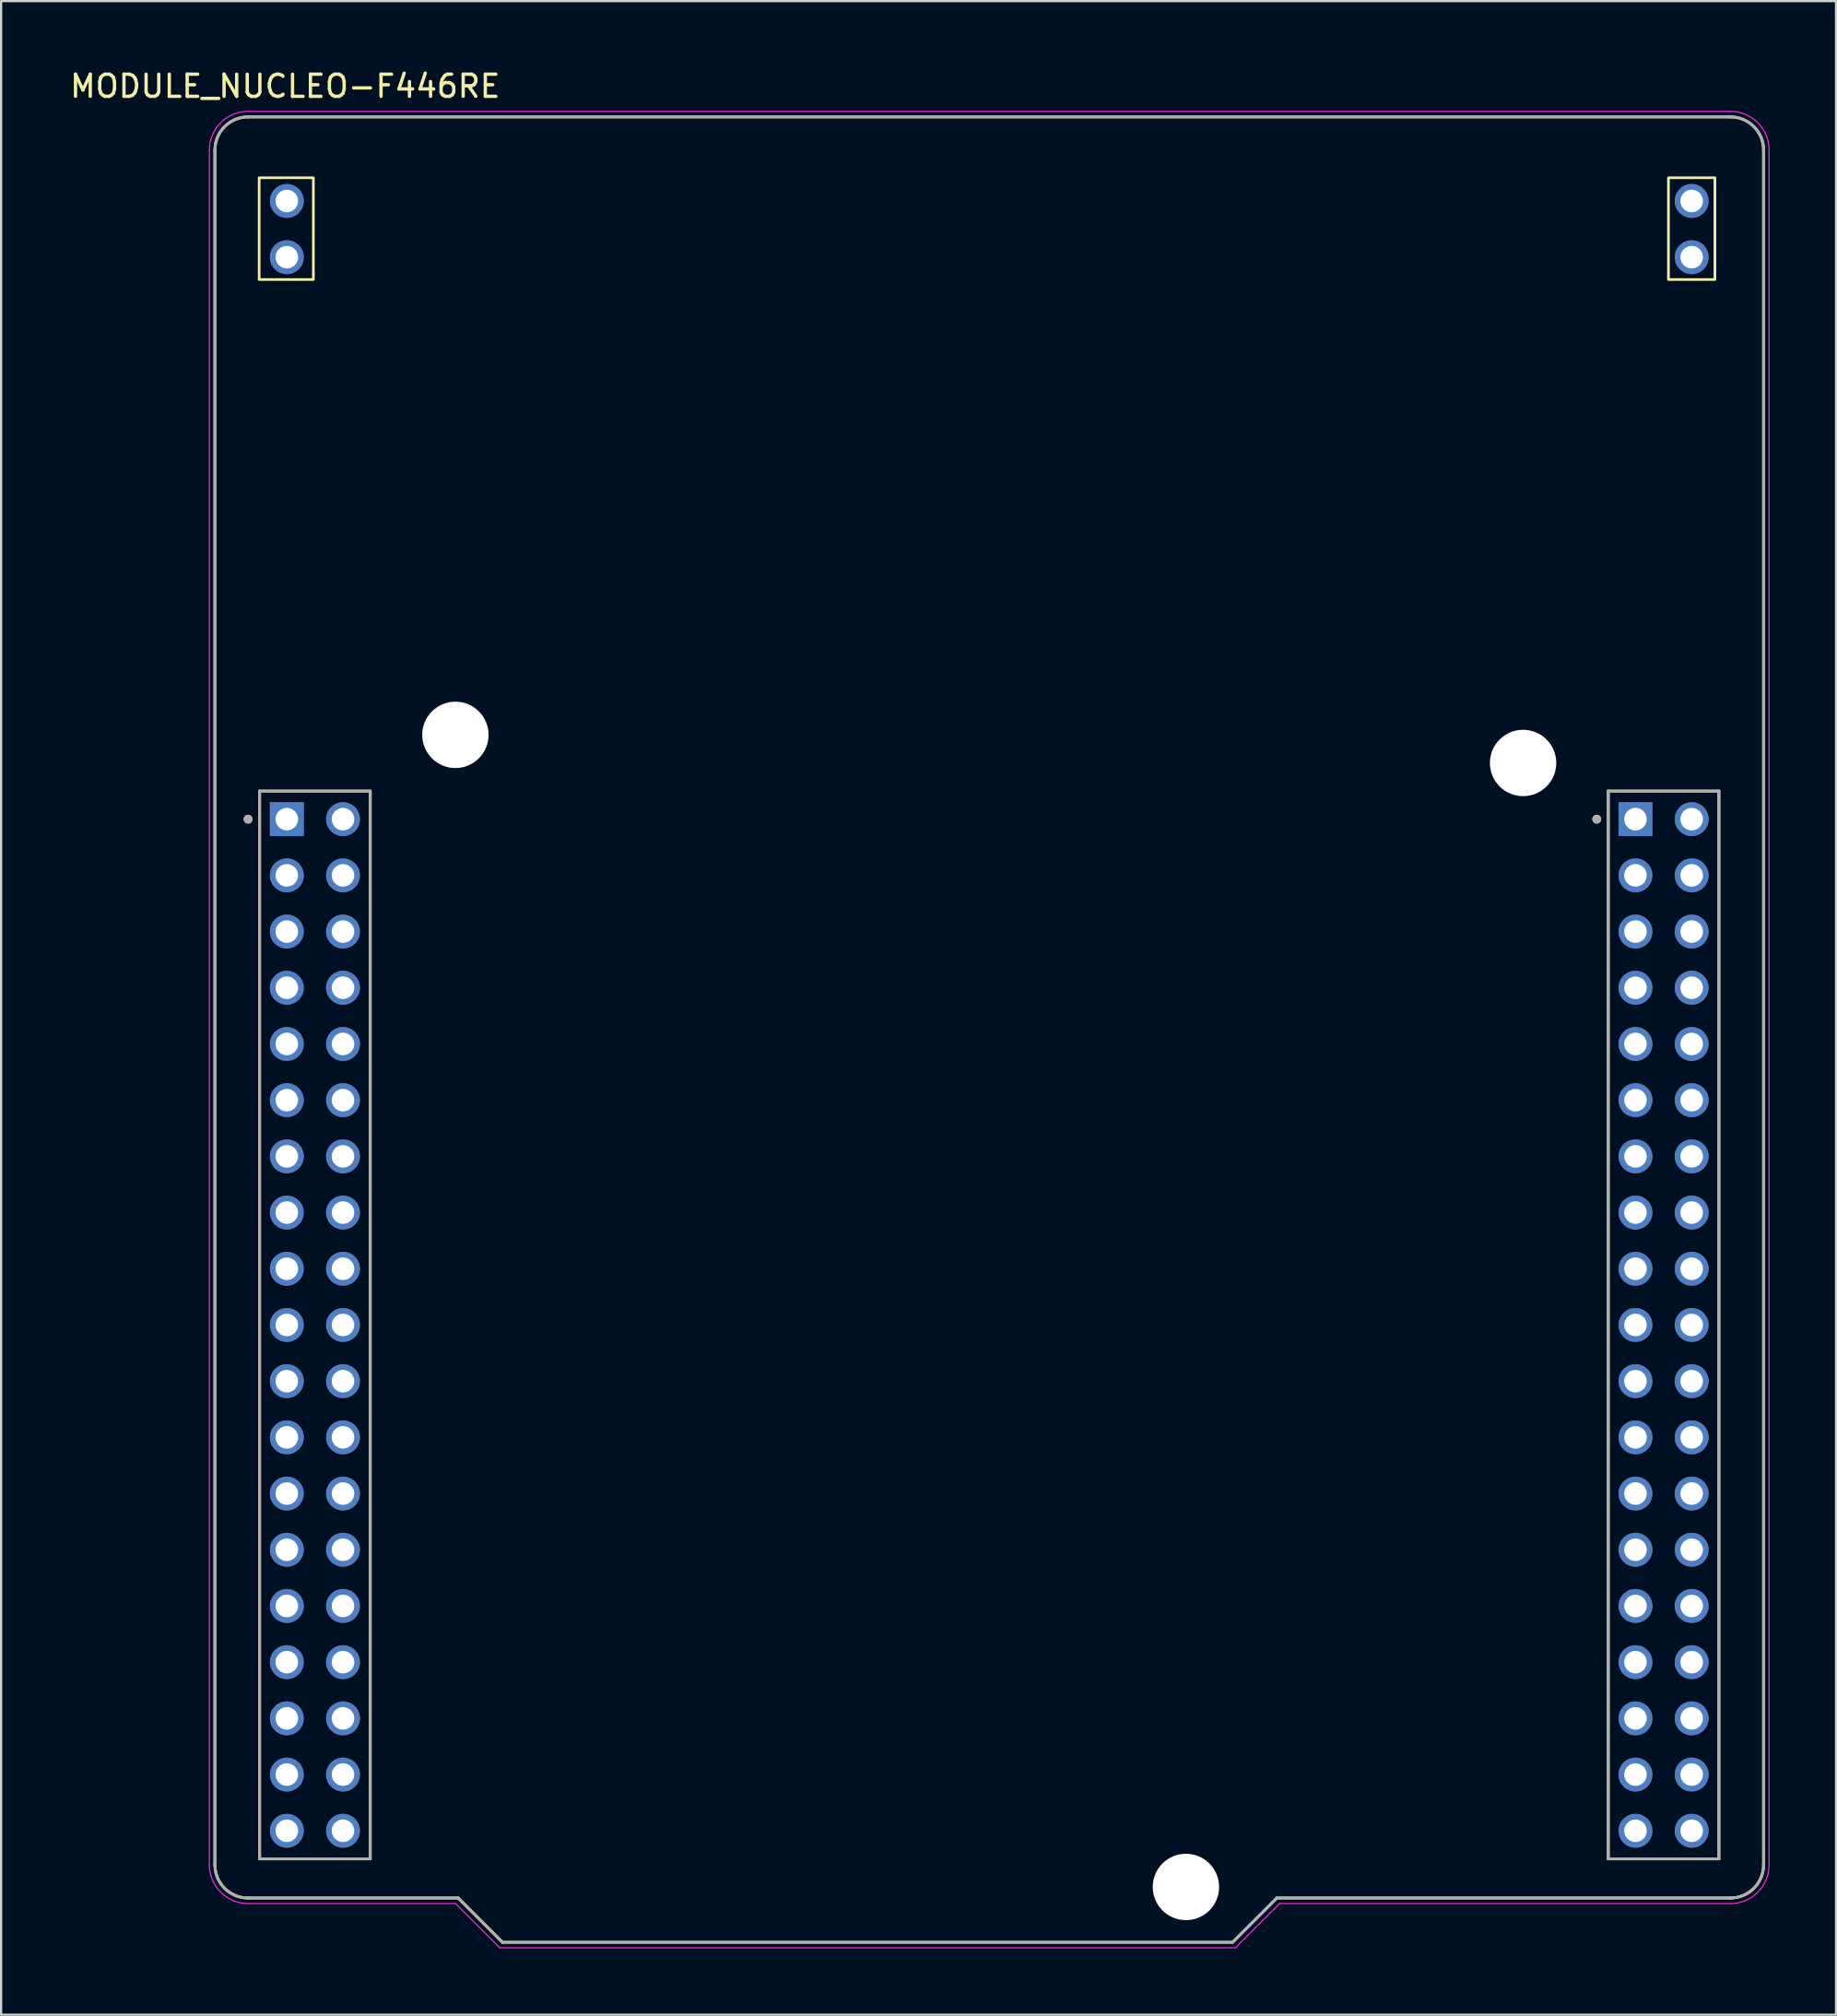
<source format=kicad_pcb>
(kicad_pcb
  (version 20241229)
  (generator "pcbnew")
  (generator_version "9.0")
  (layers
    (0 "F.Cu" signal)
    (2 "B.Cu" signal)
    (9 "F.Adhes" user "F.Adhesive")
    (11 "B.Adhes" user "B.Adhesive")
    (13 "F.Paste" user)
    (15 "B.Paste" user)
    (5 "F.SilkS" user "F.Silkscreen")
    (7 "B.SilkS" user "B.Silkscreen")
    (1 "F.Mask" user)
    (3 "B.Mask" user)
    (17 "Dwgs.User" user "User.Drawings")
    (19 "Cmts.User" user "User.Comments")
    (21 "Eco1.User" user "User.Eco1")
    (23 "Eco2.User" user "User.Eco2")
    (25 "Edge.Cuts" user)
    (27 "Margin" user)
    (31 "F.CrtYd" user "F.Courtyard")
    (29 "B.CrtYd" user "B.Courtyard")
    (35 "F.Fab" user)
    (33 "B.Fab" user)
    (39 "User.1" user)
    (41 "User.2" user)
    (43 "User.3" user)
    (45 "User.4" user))
  (footprint "MODULE_NUCLEO-F446RE"
    (layer "F.Cu")
    (at 41.664 43.483)
    (property "Reference" "MODULE_NUCLEO-F446RE" (at -31.825 -42.635 0) (layer "F.SilkS") (effects (font (size 1 1) (thickness 0.15))))
    (attr through_hole)
    (fp_line (start -35 37.75) (end -35 -39.75) (stroke (width 0.127) (type solid)) (layer "F.SilkS"))
    (fp_line (start -33.5 -41.25) (end 33.5 -41.25) (stroke (width 0.127) (type solid)) (layer "F.SilkS"))
    (fp_line (start -32.98 -10.78) (end -32.98 37.48) (stroke (width 0.127) (type solid)) (layer "F.SilkS"))
    (fp_line (start -32.98 37.48) (end -27.98 37.48) (stroke (width 0.127) (type solid)) (layer "F.SilkS"))
    (fp_line (start -27.98 -10.78) (end -32.98 -10.78) (stroke (width 0.127) (type solid)) (layer "F.SilkS"))
    (fp_line (start -27.98 37.48) (end -27.98 -10.78) (stroke (width 0.127) (type solid)) (layer "F.SilkS"))
    (fp_line (start -24 39.25) (end -33.5 39.25) (stroke (width 0.127) (type solid)) (layer "F.SilkS"))
    (fp_line (start -22 41.25) (end -24 39.25) (stroke (width 0.127) (type solid)) (layer "F.SilkS"))
    (fp_line (start 11 41.25) (end -22 41.25) (stroke (width 0.127) (type solid)) (layer "F.SilkS"))
    (fp_line (start 13 39.25) (end 11 41.25) (stroke (width 0.127) (type solid)) (layer "F.SilkS"))
    (fp_line (start 27.98 -10.78) (end 27.98 37.48) (stroke (width 0.127) (type solid)) (layer "F.SilkS"))
    (fp_line (start 27.98 37.48) (end 32.98 37.48) (stroke (width 0.127) (type solid)) (layer "F.SilkS"))
    (fp_line (start 32.98 -10.78) (end 27.98 -10.78) (stroke (width 0.127) (type solid)) (layer "F.SilkS"))
    (fp_line (start 32.98 37.48) (end 32.98 -10.78) (stroke (width 0.127) (type solid)) (layer "F.SilkS"))
    (fp_line (start 33.5 39.25) (end 13 39.25) (stroke (width 0.127) (type solid)) (layer "F.SilkS"))
    (fp_line (start 35 -39.75) (end 35 37.75) (stroke (width 0.127) (type solid)) (layer "F.SilkS"))
    (fp_rect (start -33 -38.5) (end -30.55 -33.9) (stroke (width 0.12) (type solid)) (fill no) (layer "F.SilkS"))
    (fp_rect (start 30.7 -38.5) (end 32.8 -33.9) (stroke (width 0.12) (type solid)) (fill no) (layer "F.SilkS"))
    (fp_arc (start -35 -39.75) (mid -34.56066 -40.81066) (end -33.5 -41.25) (stroke (width 0.127) (type solid)) (layer "F.SilkS"))
    (fp_arc (start -33.5 39.25) (mid -34.56066 38.81066) (end -35 37.75) (stroke (width 0.127) (type solid)) (layer "F.SilkS"))
    (fp_arc (start 33.5 -41.25) (mid 34.56066 -40.81066) (end 35 -39.75) (stroke (width 0.127) (type solid)) (layer "F.SilkS"))
    (fp_arc (start 35 37.75) (mid 34.56066 38.81066) (end 33.5 39.25) (stroke (width 0.127) (type solid)) (layer "F.SilkS"))
    (fp_circle (center -33.5 -9.51) (end -33.4 -9.51) (stroke (width 0.2) (type solid)) (fill no) (layer "F.SilkS"))
    (fp_circle (center 27.46 -9.51) (end 27.56 -9.51) (stroke (width 0.2) (type solid)) (fill no) (layer "F.SilkS"))
    (fp_line (start -35.25 37.75) (end -35.25 -39.75) (stroke (width 0.05) (type solid)) (layer "F.CrtYd"))
    (fp_line (start -33.5 -41.5) (end 33.5 -41.5) (stroke (width 0.05) (type solid)) (layer "F.CrtYd"))
    (fp_line (start -24.125 39.5) (end -33.5 39.5) (stroke (width 0.05) (type solid)) (layer "F.CrtYd"))
    (fp_line (start -22.125 41.5) (end -24.125 39.5) (stroke (width 0.05) (type solid)) (layer "F.CrtYd"))
    (fp_line (start 11.125 41.5) (end -22.125 41.5) (stroke (width 0.05) (type solid)) (layer "F.CrtYd"))
    (fp_line (start 13.125 39.5) (end 11.125 41.5) (stroke (width 0.05) (type solid)) (layer "F.CrtYd"))
    (fp_line (start 33.5 39.5) (end 13.125 39.5) (stroke (width 0.05) (type solid)) (layer "F.CrtYd"))
    (fp_line (start 35.25 -39.75) (end 35.25 37.75) (stroke (width 0.05) (type solid)) (layer "F.CrtYd"))
    (fp_arc (start -35.25 -39.75) (mid -34.737437 -40.987437) (end -33.5 -41.5) (stroke (width 0.05) (type solid)) (layer "F.CrtYd"))
    (fp_arc (start -33.5 39.5) (mid -34.737437 38.987437) (end -35.25 37.75) (stroke (width 0.05) (type solid)) (layer "F.CrtYd"))
    (fp_arc (start 33.5 -41.5) (mid 34.737437 -40.987437) (end 35.25 -39.75) (stroke (width 0.05) (type solid)) (layer "F.CrtYd"))
    (fp_arc (start 35.25 37.75) (mid 34.737437 38.987437) (end 33.5 39.5) (stroke (width 0.05) (type solid)) (layer "F.CrtYd"))
    (fp_line (start -35 37.75) (end -35 -39.75) (stroke (width 0.127) (type solid)) (layer "F.Fab"))
    (fp_line (start -33.5 -41.25) (end 33.5 -41.25) (stroke (width 0.127) (type solid)) (layer "F.Fab"))
    (fp_line (start -32.98 -10.78) (end -32.98 37.48) (stroke (width 0.127) (type solid)) (layer "F.Fab"))
    (fp_line (start -32.98 37.48) (end -27.98 37.48) (stroke (width 0.127) (type solid)) (layer "F.Fab"))
    (fp_line (start -27.98 -10.78) (end -32.98 -10.78) (stroke (width 0.127) (type solid)) (layer "F.Fab"))
    (fp_line (start -27.98 37.48) (end -27.98 -10.78) (stroke (width 0.127) (type solid)) (layer "F.Fab"))
    (fp_line (start -24 39.25) (end -33.5 39.25) (stroke (width 0.127) (type solid)) (layer "F.Fab"))
    (fp_line (start -22 41.25) (end -24 39.25) (stroke (width 0.127) (type solid)) (layer "F.Fab"))
    (fp_line (start 11 41.25) (end -22 41.25) (stroke (width 0.127) (type solid)) (layer "F.Fab"))
    (fp_line (start 13 39.25) (end 11 41.25) (stroke (width 0.127) (type solid)) (layer "F.Fab"))
    (fp_line (start 27.98 -10.78) (end 27.98 37.48) (stroke (width 0.127) (type solid)) (layer "F.Fab"))
    (fp_line (start 27.98 37.48) (end 32.98 37.48) (stroke (width 0.127) (type solid)) (layer "F.Fab"))
    (fp_line (start 32.98 -10.78) (end 27.98 -10.78) (stroke (width 0.127) (type solid)) (layer "F.Fab"))
    (fp_line (start 32.98 37.48) (end 32.98 -10.78) (stroke (width 0.127) (type solid)) (layer "F.Fab"))
    (fp_line (start 33.5 39.25) (end 13 39.25) (stroke (width 0.127) (type solid)) (layer "F.Fab"))
    (fp_line (start 35 -39.75) (end 35 37.75) (stroke (width 0.127) (type solid)) (layer "F.Fab"))
    (fp_arc (start -35 -39.75) (mid -34.56066 -40.81066) (end -33.5 -41.25) (stroke (width 0.127) (type solid)) (layer "F.Fab"))
    (fp_arc (start -33.5 39.25) (mid -34.56066 38.81066) (end -35 37.75) (stroke (width 0.127) (type solid)) (layer "F.Fab"))
    (fp_arc (start 33.5 -41.25) (mid 34.56066 -40.81066) (end 35 -39.75) (stroke (width 0.127) (type solid)) (layer "F.Fab"))
    (fp_arc (start 35 37.75) (mid 34.56066 38.81066) (end 33.5 39.25) (stroke (width 0.127) (type solid)) (layer "F.Fab"))
    (fp_circle (center -33.5 -9.51) (end -33.4 -9.51) (stroke (width 0.2) (type solid)) (fill no) (layer "F.Fab"))
    (fp_circle (center 27.46 -9.51) (end 27.56 -9.51) (stroke (width 0.2) (type solid)) (fill no) (layer "F.Fab"))
    (pad "" np_thru_hole circle (at -24.13 -13.32) (size 3 3) (drill 3) (layers "*.Cu" "*.Mask"))
    (pad "" np_thru_hole circle (at 8.89 38.75) (size 3 3) (drill 3) (layers "*.Cu" "*.Mask"))
    (pad "" np_thru_hole circle (at 24.13 -12.05) (size 3 3) (drill 3) (layers "*.Cu" "*.Mask"))
    (pad "CN7_1" thru_hole rect (at -31.75 -9.51) (size 1.53 1.53) (drill 1.02) (layers "*.Cu" "*.Mask"))
    (pad "CN7_2" thru_hole circle (at -29.21 -9.51) (size 1.53 1.53) (drill 1.02) (layers "*.Cu" "*.Mask"))
    (pad "CN7_3" thru_hole circle (at -31.75 -6.97) (size 1.53 1.53) (drill 1.02) (layers "*.Cu" "*.Mask"))
    (pad "CN7_4" thru_hole circle (at -29.21 -6.97) (size 1.53 1.53) (drill 1.02) (layers "*.Cu" "*.Mask"))
    (pad "CN7_5" thru_hole circle (at -31.75 -4.43) (size 1.53 1.53) (drill 1.02) (layers "*.Cu" "*.Mask"))
    (pad "CN7_6" thru_hole circle (at -29.21 -4.43) (size 1.53 1.53) (drill 1.02) (layers "*.Cu" "*.Mask"))
    (pad "CN7_7" thru_hole circle (at -31.75 -1.89) (size 1.53 1.53) (drill 1.02) (layers "*.Cu" "*.Mask"))
    (pad "CN7_8" thru_hole circle (at -29.21 -1.89) (size 1.53 1.53) (drill 1.02) (layers "*.Cu" "*.Mask"))
    (pad "CN7_9" thru_hole circle (at -31.75 0.65) (size 1.53 1.53) (drill 1.02) (layers "*.Cu" "*.Mask"))
    (pad "CN7_10" thru_hole circle (at -29.21 0.65) (size 1.53 1.53) (drill 1.02) (layers "*.Cu" "*.Mask"))
    (pad "CN7_11" thru_hole circle (at -31.75 3.19) (size 1.53 1.53) (drill 1.02) (layers "*.Cu" "*.Mask"))
    (pad "CN7_12" thru_hole circle (at -29.21 3.19) (size 1.53 1.53) (drill 1.02) (layers "*.Cu" "*.Mask"))
    (pad "CN7_13" thru_hole circle (at -31.75 5.73) (size 1.53 1.53) (drill 1.02) (layers "*.Cu" "*.Mask"))
    (pad "CN7_14" thru_hole circle (at -29.21 5.73) (size 1.53 1.53) (drill 1.02) (layers "*.Cu" "*.Mask"))
    (pad "CN7_15" thru_hole circle (at -31.75 8.27) (size 1.53 1.53) (drill 1.02) (layers "*.Cu" "*.Mask"))
    (pad "CN7_16" thru_hole circle (at -29.21 8.27) (size 1.53 1.53) (drill 1.02) (layers "*.Cu" "*.Mask"))
    (pad "CN7_17" thru_hole circle (at -31.75 10.81) (size 1.53 1.53) (drill 1.02) (layers "*.Cu" "*.Mask"))
    (pad "CN7_18" thru_hole circle (at -29.21 10.81) (size 1.53 1.53) (drill 1.02) (layers "*.Cu" "*.Mask"))
    (pad "CN7_19" thru_hole circle (at -31.75 13.35) (size 1.53 1.53) (drill 1.02) (layers "*.Cu" "*.Mask"))
    (pad "CN7_20" thru_hole circle (at -29.21 13.35) (size 1.53 1.53) (drill 1.02) (layers "*.Cu" "*.Mask"))
    (pad "CN7_21" thru_hole circle (at -31.75 15.89) (size 1.53 1.53) (drill 1.02) (layers "*.Cu" "*.Mask"))
    (pad "CN7_22" thru_hole circle (at -29.21 15.89) (size 1.53 1.53) (drill 1.02) (layers "*.Cu" "*.Mask"))
    (pad "CN7_23" thru_hole circle (at -31.75 18.43) (size 1.53 1.53) (drill 1.02) (layers "*.Cu" "*.Mask"))
    (pad "CN7_24" thru_hole circle (at -29.21 18.43) (size 1.53 1.53) (drill 1.02) (layers "*.Cu" "*.Mask"))
    (pad "CN7_25" thru_hole circle (at -31.75 20.97) (size 1.53 1.53) (drill 1.02) (layers "*.Cu" "*.Mask"))
    (pad "CN7_26" thru_hole circle (at -29.21 20.97) (size 1.53 1.53) (drill 1.02) (layers "*.Cu" "*.Mask"))
    (pad "CN7_27" thru_hole circle (at -31.75 23.51) (size 1.53 1.53) (drill 1.02) (layers "*.Cu" "*.Mask"))
    (pad "CN7_28" thru_hole circle (at -29.21 23.51) (size 1.53 1.53) (drill 1.02) (layers "*.Cu" "*.Mask"))
    (pad "CN7_29" thru_hole circle (at -31.75 26.05) (size 1.53 1.53) (drill 1.02) (layers "*.Cu" "*.Mask"))
    (pad "CN7_30" thru_hole circle (at -29.21 26.05) (size 1.53 1.53) (drill 1.02) (layers "*.Cu" "*.Mask"))
    (pad "CN7_31" thru_hole circle (at -31.75 28.59) (size 1.53 1.53) (drill 1.02) (layers "*.Cu" "*.Mask"))
    (pad "CN7_32" thru_hole circle (at -29.21 28.59) (size 1.53 1.53) (drill 1.02) (layers "*.Cu" "*.Mask"))
    (pad "CN7_33" thru_hole circle (at -31.75 31.13) (size 1.53 1.53) (drill 1.02) (layers "*.Cu" "*.Mask"))
    (pad "CN7_34" thru_hole circle (at -29.21 31.13) (size 1.53 1.53) (drill 1.02) (layers "*.Cu" "*.Mask"))
    (pad "CN7_35" thru_hole circle (at -31.75 33.67) (size 1.53 1.53) (drill 1.02) (layers "*.Cu" "*.Mask"))
    (pad "CN7_36" thru_hole circle (at -29.21 33.67) (size 1.53 1.53) (drill 1.02) (layers "*.Cu" "*.Mask"))
    (pad "CN7_37" thru_hole circle (at -31.75 36.21) (size 1.53 1.53) (drill 1.02) (layers "*.Cu" "*.Mask"))
    (pad "CN7_38" thru_hole circle (at -29.21 36.21) (size 1.53 1.53) (drill 1.02) (layers "*.Cu" "*.Mask"))
    (pad "CN10_1" thru_hole rect (at 29.21 -9.51) (size 1.53 1.53) (drill 1.02) (layers "*.Cu" "*.Mask"))
    (pad "CN10_2" thru_hole circle (at 31.75 -9.51) (size 1.53 1.53) (drill 1.02) (layers "*.Cu" "*.Mask"))
    (pad "CN10_3" thru_hole circle (at 29.21 -6.97) (size 1.53 1.53) (drill 1.02) (layers "*.Cu" "*.Mask"))
    (pad "CN10_4" thru_hole circle (at 31.75 -6.97) (size 1.53 1.53) (drill 1.02) (layers "*.Cu" "*.Mask"))
    (pad "CN10_5" thru_hole circle (at 29.21 -4.43) (size 1.53 1.53) (drill 1.02) (layers "*.Cu" "*.Mask"))
    (pad "CN10_6" thru_hole circle (at 31.75 -4.43) (size 1.53 1.53) (drill 1.02) (layers "*.Cu" "*.Mask"))
    (pad "CN10_7" thru_hole circle (at 29.21 -1.89) (size 1.53 1.53) (drill 1.02) (layers "*.Cu" "*.Mask"))
    (pad "CN10_8" thru_hole circle (at 31.75 -1.89) (size 1.53 1.53) (drill 1.02) (layers "*.Cu" "*.Mask"))
    (pad "CN10_9" thru_hole circle (at 29.21 0.65) (size 1.53 1.53) (drill 1.02) (layers "*.Cu" "*.Mask"))
    (pad "CN10_10" thru_hole circle (at 31.75 0.65) (size 1.53 1.53) (drill 1.02) (layers "*.Cu" "*.Mask"))
    (pad "CN10_11" thru_hole circle (at 29.21 3.19) (size 1.53 1.53) (drill 1.02) (layers "*.Cu" "*.Mask"))
    (pad "CN10_12" thru_hole circle (at 31.75 3.19) (size 1.53 1.53) (drill 1.02) (layers "*.Cu" "*.Mask"))
    (pad "CN10_13" thru_hole circle (at 29.21 5.73) (size 1.53 1.53) (drill 1.02) (layers "*.Cu" "*.Mask"))
    (pad "CN10_14" thru_hole circle (at 31.75 5.73) (size 1.53 1.53) (drill 1.02) (layers "*.Cu" "*.Mask"))
    (pad "CN10_15" thru_hole circle (at 29.21 8.27) (size 1.53 1.53) (drill 1.02) (layers "*.Cu" "*.Mask"))
    (pad "CN10_16" thru_hole circle (at 31.75 8.27) (size 1.53 1.53) (drill 1.02) (layers "*.Cu" "*.Mask"))
    (pad "CN10_17" thru_hole circle (at 29.21 10.81) (size 1.53 1.53) (drill 1.02) (layers "*.Cu" "*.Mask"))
    (pad "CN10_18" thru_hole circle (at 31.75 10.81) (size 1.53 1.53) (drill 1.02) (layers "*.Cu" "*.Mask"))
    (pad "CN10_19" thru_hole circle (at 29.21 13.35) (size 1.53 1.53) (drill 1.02) (layers "*.Cu" "*.Mask"))
    (pad "CN10_20" thru_hole circle (at 31.75 13.35) (size 1.53 1.53) (drill 1.02) (layers "*.Cu" "*.Mask"))
    (pad "CN10_21" thru_hole circle (at 29.21 15.89) (size 1.53 1.53) (drill 1.02) (layers "*.Cu" "*.Mask"))
    (pad "CN10_22" thru_hole circle (at 31.75 15.89) (size 1.53 1.53) (drill 1.02) (layers "*.Cu" "*.Mask"))
    (pad "CN10_23" thru_hole circle (at 29.21 18.43) (size 1.53 1.53) (drill 1.02) (layers "*.Cu" "*.Mask"))
    (pad "CN10_24" thru_hole circle (at 31.75 18.43) (size 1.53 1.53) (drill 1.02) (layers "*.Cu" "*.Mask"))
    (pad "CN10_25" thru_hole circle (at 29.21 20.97) (size 1.53 1.53) (drill 1.02) (layers "*.Cu" "*.Mask"))
    (pad "CN10_26" thru_hole circle (at 31.75 20.97) (size 1.53 1.53) (drill 1.02) (layers "*.Cu" "*.Mask"))
    (pad "CN10_27" thru_hole circle (at 29.21 23.51) (size 1.53 1.53) (drill 1.02) (layers "*.Cu" "*.Mask"))
    (pad "CN10_28" thru_hole circle (at 31.75 23.51) (size 1.53 1.53) (drill 1.02) (layers "*.Cu" "*.Mask"))
    (pad "CN10_29" thru_hole circle (at 29.21 26.05) (size 1.53 1.53) (drill 1.02) (layers "*.Cu" "*.Mask"))
    (pad "CN10_30" thru_hole circle (at 31.75 26.05) (size 1.53 1.53) (drill 1.02) (layers "*.Cu" "*.Mask"))
    (pad "CN10_31" thru_hole circle (at 29.21 28.59) (size 1.53 1.53) (drill 1.02) (layers "*.Cu" "*.Mask"))
    (pad "CN10_32" thru_hole circle (at 31.75 28.59) (size 1.53 1.53) (drill 1.02) (layers "*.Cu" "*.Mask"))
    (pad "CN10_33" thru_hole circle (at 29.21 31.13) (size 1.53 1.53) (drill 1.02) (layers "*.Cu" "*.Mask"))
    (pad "CN10_34" thru_hole circle (at 31.75 31.13) (size 1.53 1.53) (drill 1.02) (layers "*.Cu" "*.Mask"))
    (pad "CN10_35" thru_hole circle (at 29.21 33.67) (size 1.53 1.53) (drill 1.02) (layers "*.Cu" "*.Mask"))
    (pad "CN10_36" thru_hole circle (at 31.75 33.67) (size 1.53 1.53) (drill 1.02) (layers "*.Cu" "*.Mask"))
    (pad "CN10_37" thru_hole circle (at 29.21 36.21) (size 1.53 1.53) (drill 1.02) (layers "*.Cu" "*.Mask"))
    (pad "CN10_38" thru_hole circle (at 31.75 36.21) (size 1.53 1.53) (drill 1.02) (layers "*.Cu" "*.Mask"))
    (pad "CN11_1" thru_hole circle (at 31.75 -34.91) (size 1.53 1.53) (drill 1.02) (layers "*.Cu" "*.Mask"))
    (pad "CN11_2" thru_hole circle (at 31.75 -37.45) (size 1.53 1.53) (drill 1.02) (layers "*.Cu" "*.Mask"))
    (pad "CN12_1" thru_hole circle (at -31.75 -34.91) (size 1.53 1.53) (drill 1.02) (layers "*.Cu" "*.Mask"))
    (pad "CN12_2" thru_hole circle (at -31.75 -37.45) (size 1.53 1.53) (drill 1.02) (layers "*.Cu" "*.Mask")))
  (gr_rect
    (start -3 -3)
    (end 79.939 88.008)
    (stroke (width 0.1) (type default))
    (fill no)
    (layer "Edge.Cuts")))
</source>
